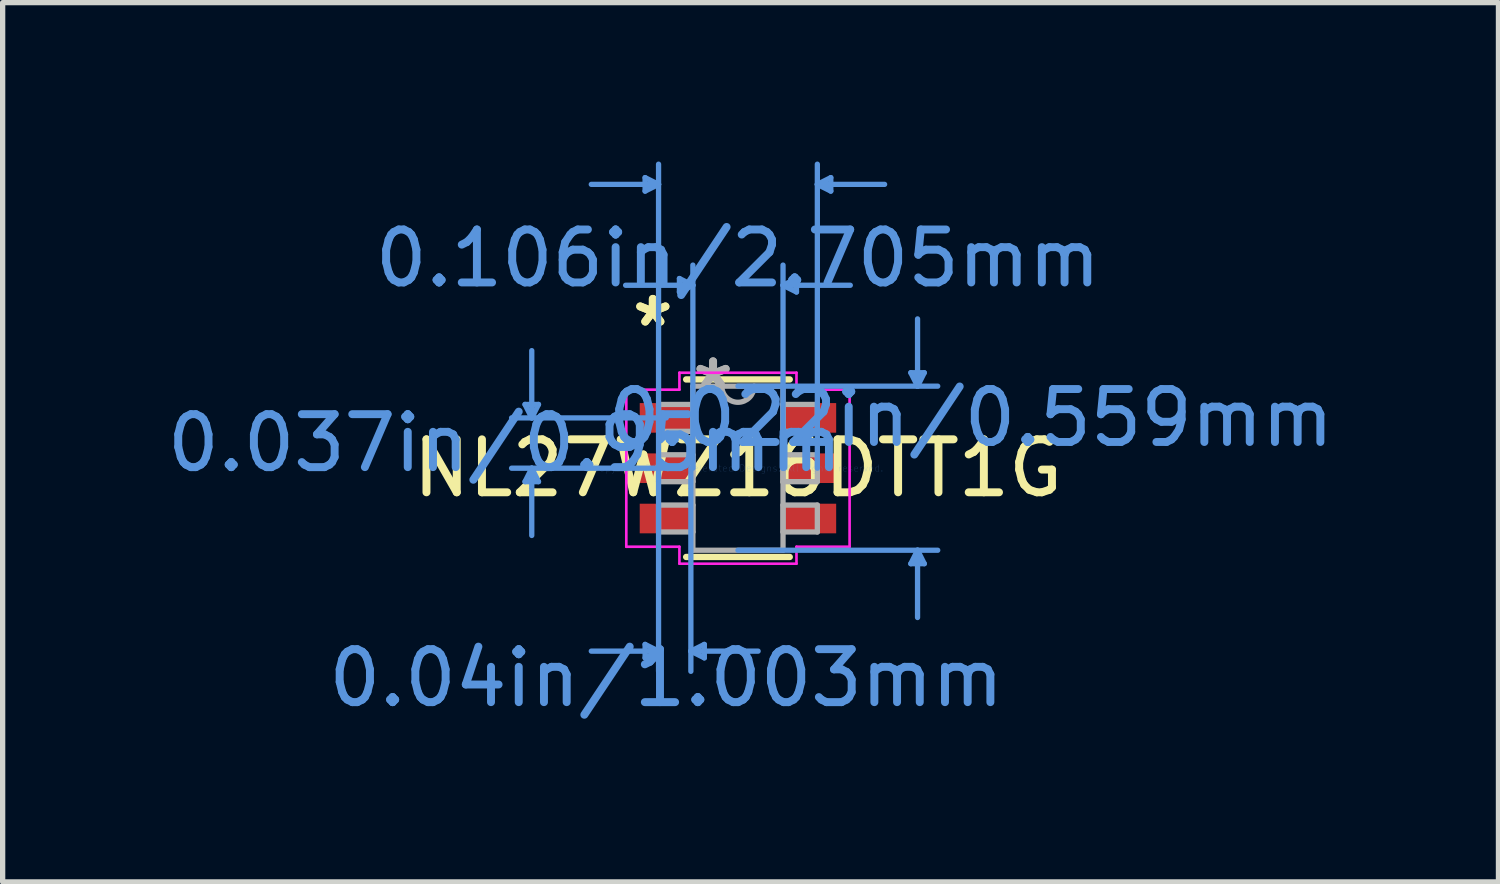
<source format=kicad_pcb>
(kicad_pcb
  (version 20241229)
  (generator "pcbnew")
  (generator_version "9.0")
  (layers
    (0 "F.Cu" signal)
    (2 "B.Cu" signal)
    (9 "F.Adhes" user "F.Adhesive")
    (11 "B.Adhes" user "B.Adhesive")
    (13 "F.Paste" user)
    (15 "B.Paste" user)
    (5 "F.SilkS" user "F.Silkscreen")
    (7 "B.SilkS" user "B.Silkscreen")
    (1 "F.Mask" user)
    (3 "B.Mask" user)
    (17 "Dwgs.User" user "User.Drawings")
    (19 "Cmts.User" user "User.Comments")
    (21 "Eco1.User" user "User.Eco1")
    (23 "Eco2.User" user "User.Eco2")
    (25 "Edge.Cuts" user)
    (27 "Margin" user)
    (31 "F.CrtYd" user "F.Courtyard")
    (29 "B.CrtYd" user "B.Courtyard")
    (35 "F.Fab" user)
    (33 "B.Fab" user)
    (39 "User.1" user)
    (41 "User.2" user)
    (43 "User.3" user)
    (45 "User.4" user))
  (footprint "NL27WZ16DTT1G"
    (layer "F.Cu")
    (at 10.883 5.79)
    (property "Reference" "NL27WZ16DTT1G" (at 0 0 0) (layer "F.SilkS") (effects (font (size 1 1) (thickness 0.15))))
    (attr through_hole)
    (fp_line (start -0.978 1.676) (end 0.978 1.676) (stroke (width 0.12) (type solid)) (layer "F.SilkS"))
    (fp_line (start 0.978 -1.676) (end -0.978 -1.676) (stroke (width 0.12) (type solid)) (layer "F.SilkS"))
    (fp_line (start -4.02 -1.204) (end -3.766 -1.204) (stroke (width 0.1) (type solid)) (layer "Cmts.User"))
    (fp_line (start -4.02 0.254) (end -3.766 0.254) (stroke (width 0.1) (type solid)) (layer "Cmts.User"))
    (fp_line (start -3.893 -0.95) (end -4.02 -1.204) (stroke (width 0.1) (type solid)) (layer "Cmts.User"))
    (fp_line (start -3.893 -0.95) (end -3.893 -2.22) (stroke (width 0.1) (type solid)) (layer "Cmts.User"))
    (fp_line (start -3.893 -0.95) (end -3.766 -1.204) (stroke (width 0.1) (type solid)) (layer "Cmts.User"))
    (fp_line (start -3.893 0) (end -4.02 0.254) (stroke (width 0.1) (type solid)) (layer "Cmts.User"))
    (fp_line (start -3.893 0) (end -3.893 1.27) (stroke (width 0.1) (type solid)) (layer "Cmts.User"))
    (fp_line (start -3.893 0) (end -3.766 0.254) (stroke (width 0.1) (type solid)) (layer "Cmts.User"))
    (fp_line (start -1.753 -5.486) (end -1.753 -5.232) (stroke (width 0.1) (type solid)) (layer "Cmts.User"))
    (fp_line (start -1.753 3.327) (end -1.753 3.581) (stroke (width 0.1) (type solid)) (layer "Cmts.User"))
    (fp_line (start -1.499 -5.359) (end -2.769 -5.359) (stroke (width 0.1) (type solid)) (layer "Cmts.User"))
    (fp_line (start -1.499 -5.359) (end -1.753 -5.486) (stroke (width 0.1) (type solid)) (layer "Cmts.User"))
    (fp_line (start -1.499 -5.359) (end -1.753 -5.232) (stroke (width 0.1) (type solid)) (layer "Cmts.User"))
    (fp_line (start -1.499 0) (end -1.499 -5.74) (stroke (width 0.1) (type solid)) (layer "Cmts.User"))
    (fp_line (start -1.499 0) (end -1.499 3.835) (stroke (width 0.1) (type solid)) (layer "Cmts.User"))
    (fp_line (start -1.499 3.454) (end -2.769 3.454) (stroke (width 0.1) (type solid)) (layer "Cmts.User"))
    (fp_line (start -1.499 3.454) (end -1.753 3.327) (stroke (width 0.1) (type solid)) (layer "Cmts.User"))
    (fp_line (start -1.499 3.454) (end -1.753 3.581) (stroke (width 0.1) (type solid)) (layer "Cmts.User"))
    (fp_line (start -1.353 -0.95) (end -4.274 -0.95) (stroke (width 0.1) (type solid)) (layer "Cmts.User"))
    (fp_line (start -1.353 0) (end -4.274 0) (stroke (width 0.1) (type solid)) (layer "Cmts.User"))
    (fp_line (start -1.105 -3.581) (end -1.105 -3.327) (stroke (width 0.1) (type solid)) (layer "Cmts.User"))
    (fp_line (start -0.889 0) (end -0.889 3.835) (stroke (width 0.1) (type solid)) (layer "Cmts.User"))
    (fp_line (start -0.889 3.454) (end -0.635 3.327) (stroke (width 0.1) (type solid)) (layer "Cmts.User"))
    (fp_line (start -0.889 3.454) (end -0.635 3.581) (stroke (width 0.1) (type solid)) (layer "Cmts.User"))
    (fp_line (start -0.889 3.454) (end 0.381 3.454) (stroke (width 0.1) (type solid)) (layer "Cmts.User"))
    (fp_line (start -0.851 -3.454) (end -2.121 -3.454) (stroke (width 0.1) (type solid)) (layer "Cmts.User"))
    (fp_line (start -0.851 -3.454) (end -1.105 -3.581) (stroke (width 0.1) (type solid)) (layer "Cmts.User"))
    (fp_line (start -0.851 -3.454) (end -1.105 -3.327) (stroke (width 0.1) (type solid)) (layer "Cmts.User"))
    (fp_line (start -0.851 0) (end -0.851 -3.835) (stroke (width 0.1) (type solid)) (layer "Cmts.User"))
    (fp_line (start -0.635 3.327) (end -0.635 3.581) (stroke (width 0.1) (type solid)) (layer "Cmts.User"))
    (fp_line (start 0 -1.549) (end 3.772 -1.549) (stroke (width 0.1) (type solid)) (layer "Cmts.User"))
    (fp_line (start 0 1.549) (end 3.772 1.549) (stroke (width 0.1) (type solid)) (layer "Cmts.User"))
    (fp_line (start 0.851 -3.454) (end 1.105 -3.581) (stroke (width 0.1) (type solid)) (layer "Cmts.User"))
    (fp_line (start 0.851 -3.454) (end 1.105 -3.327) (stroke (width 0.1) (type solid)) (layer "Cmts.User"))
    (fp_line (start 0.851 -3.454) (end 2.121 -3.454) (stroke (width 0.1) (type solid)) (layer "Cmts.User"))
    (fp_line (start 0.851 0) (end 0.851 -3.835) (stroke (width 0.1) (type solid)) (layer "Cmts.User"))
    (fp_line (start 1.105 -3.581) (end 1.105 -3.327) (stroke (width 0.1) (type solid)) (layer "Cmts.User"))
    (fp_line (start 1.499 -5.359) (end 1.753 -5.486) (stroke (width 0.1) (type solid)) (layer "Cmts.User"))
    (fp_line (start 1.499 -5.359) (end 1.753 -5.232) (stroke (width 0.1) (type solid)) (layer "Cmts.User"))
    (fp_line (start 1.499 -5.359) (end 2.769 -5.359) (stroke (width 0.1) (type solid)) (layer "Cmts.User"))
    (fp_line (start 1.499 0) (end 1.499 -5.74) (stroke (width 0.1) (type solid)) (layer "Cmts.User"))
    (fp_line (start 1.753 -5.486) (end 1.753 -5.232) (stroke (width 0.1) (type solid)) (layer "Cmts.User"))
    (fp_line (start 3.264 -1.803) (end 3.518 -1.803) (stroke (width 0.1) (type solid)) (layer "Cmts.User"))
    (fp_line (start 3.264 1.803) (end 3.518 1.803) (stroke (width 0.1) (type solid)) (layer "Cmts.User"))
    (fp_line (start 3.391 -1.549) (end 3.264 -1.803) (stroke (width 0.1) (type solid)) (layer "Cmts.User"))
    (fp_line (start 3.391 -1.549) (end 3.391 -2.819) (stroke (width 0.1) (type solid)) (layer "Cmts.User"))
    (fp_line (start 3.391 -1.549) (end 3.518 -1.803) (stroke (width 0.1) (type solid)) (layer "Cmts.User"))
    (fp_line (start 3.391 1.549) (end 3.264 1.803) (stroke (width 0.1) (type solid)) (layer "Cmts.User"))
    (fp_line (start 3.391 1.549) (end 3.391 2.819) (stroke (width 0.1) (type solid)) (layer "Cmts.User"))
    (fp_line (start 3.391 1.549) (end 3.518 1.803) (stroke (width 0.1) (type solid)) (layer "Cmts.User"))
    (fp_line (start -2.108 -1.483) (end -1.105 -1.483) (stroke (width 0.05) (type solid)) (layer "F.CrtYd"))
    (fp_line (start -2.108 1.483) (end -2.108 -1.483) (stroke (width 0.05) (type solid)) (layer "F.CrtYd"))
    (fp_line (start -1.105 -1.803) (end 1.105 -1.803) (stroke (width 0.05) (type solid)) (layer "F.CrtYd"))
    (fp_line (start -1.105 -1.483) (end -1.105 -1.803) (stroke (width 0.05) (type solid)) (layer "F.CrtYd"))
    (fp_line (start -1.105 1.483) (end -2.108 1.483) (stroke (width 0.05) (type solid)) (layer "F.CrtYd"))
    (fp_line (start -1.105 1.803) (end -1.105 1.483) (stroke (width 0.05) (type solid)) (layer "F.CrtYd"))
    (fp_line (start 1.105 -1.803) (end 1.105 -1.483) (stroke (width 0.05) (type solid)) (layer "F.CrtYd"))
    (fp_line (start 1.105 -1.483) (end 2.108 -1.483) (stroke (width 0.05) (type solid)) (layer "F.CrtYd"))
    (fp_line (start 1.105 1.483) (end 1.105 1.803) (stroke (width 0.05) (type solid)) (layer "F.CrtYd"))
    (fp_line (start 1.105 1.803) (end -1.105 1.803) (stroke (width 0.05) (type solid)) (layer "F.CrtYd"))
    (fp_line (start 2.108 -1.483) (end 2.108 1.483) (stroke (width 0.05) (type solid)) (layer "F.CrtYd"))
    (fp_line (start 2.108 1.483) (end 1.105 1.483) (stroke (width 0.05) (type solid)) (layer "F.CrtYd"))
    (fp_line (start -1.499 -1.204) (end -1.499 -0.696) (stroke (width 0.1) (type solid)) (layer "F.Fab"))
    (fp_line (start -1.499 -0.696) (end -0.851 -0.696) (stroke (width 0.1) (type solid)) (layer "F.Fab"))
    (fp_line (start -1.499 -0.254) (end -1.499 0.254) (stroke (width 0.1) (type solid)) (layer "F.Fab"))
    (fp_line (start -1.499 0.254) (end -0.851 0.254) (stroke (width 0.1) (type solid)) (layer "F.Fab"))
    (fp_line (start -1.499 0.696) (end -1.499 1.204) (stroke (width 0.1) (type solid)) (layer "F.Fab"))
    (fp_line (start -1.499 1.204) (end -0.851 1.204) (stroke (width 0.1) (type solid)) (layer "F.Fab"))
    (fp_line (start -0.851 -1.549) (end -0.851 1.549) (stroke (width 0.1) (type solid)) (layer "F.Fab"))
    (fp_line (start -0.851 -1.204) (end -1.499 -1.204) (stroke (width 0.1) (type solid)) (layer "F.Fab"))
    (fp_line (start -0.851 -0.696) (end -0.851 -1.204) (stroke (width 0.1) (type solid)) (layer "F.Fab"))
    (fp_line (start -0.851 -0.254) (end -1.499 -0.254) (stroke (width 0.1) (type solid)) (layer "F.Fab"))
    (fp_line (start -0.851 0.254) (end -0.851 -0.254) (stroke (width 0.1) (type solid)) (layer "F.Fab"))
    (fp_line (start -0.851 0.696) (end -1.499 0.696) (stroke (width 0.1) (type solid)) (layer "F.Fab"))
    (fp_line (start -0.851 1.204) (end -0.851 0.696) (stroke (width 0.1) (type solid)) (layer "F.Fab"))
    (fp_line (start -0.851 1.549) (end 0.851 1.549) (stroke (width 0.1) (type solid)) (layer "F.Fab"))
    (fp_line (start 0.851 -1.549) (end -0.851 -1.549) (stroke (width 0.1) (type solid)) (layer "F.Fab"))
    (fp_line (start 0.851 -1.204) (end 0.851 -0.696) (stroke (width 0.1) (type solid)) (layer "F.Fab"))
    (fp_line (start 0.851 -0.696) (end 1.499 -0.696) (stroke (width 0.1) (type solid)) (layer "F.Fab"))
    (fp_line (start 0.851 -0.254) (end 0.851 0.254) (stroke (width 0.1) (type solid)) (layer "F.Fab"))
    (fp_line (start 0.851 0.254) (end 1.499 0.254) (stroke (width 0.1) (type solid)) (layer "F.Fab"))
    (fp_line (start 0.851 0.696) (end 0.851 1.204) (stroke (width 0.1) (type solid)) (layer "F.Fab"))
    (fp_line (start 0.851 1.204) (end 1.499 1.204) (stroke (width 0.1) (type solid)) (layer "F.Fab"))
    (fp_line (start 0.851 1.549) (end 0.851 -1.549) (stroke (width 0.1) (type solid)) (layer "F.Fab"))
    (fp_line (start 1.499 -1.204) (end 0.851 -1.204) (stroke (width 0.1) (type solid)) (layer "F.Fab"))
    (fp_line (start 1.499 -0.696) (end 1.499 -1.204) (stroke (width 0.1) (type solid)) (layer "F.Fab"))
    (fp_line (start 1.499 -0.254) (end 0.851 -0.254) (stroke (width 0.1) (type solid)) (layer "F.Fab"))
    (fp_line (start 1.499 0.254) (end 1.499 -0.254) (stroke (width 0.1) (type solid)) (layer "F.Fab"))
    (fp_line (start 1.499 0.696) (end 0.851 0.696) (stroke (width 0.1) (type solid)) (layer "F.Fab"))
    (fp_line (start 1.499 1.204) (end 1.499 0.696) (stroke (width 0.1) (type solid)) (layer "F.Fab"))
    (fp_arc (start 0.3048 -1.5494) (mid 0 -1.2446) (end -0.3048 -1.5494) (stroke (width 0.1) (type solid)) (layer "F.Fab"))
    (fp_text user "*" (at -1.607 -2.652 0) (layer "F.SilkS") (effects (font (size 1 1) (thickness 0.15))))
    (fp_text user "*" (at -1.607 -2.652 0) (layer "F.SilkS") (effects (font (size 1 1) (thickness 0.15))))
    (fp_text user "0.022in/0.559mm" (at 4.401 -0.95 0) (layer "Cmts.User") (effects (font (size 1 1) (thickness 0.15))))
    (fp_text user "Copyright 2021 Accelerated Designs. All rights reserved." (at 0 0 0) (layer "Cmts.User") (effects (font (size 0.127 0.127) (thickness 0.002))))
    (fp_text user "0.04in/1.003mm" (at -1.353 3.962 0) (layer "Cmts.User") (effects (font (size 1 1) (thickness 0.15))))
    (fp_text user "0.106in/2.705mm" (at 0 -3.962 0) (layer "Cmts.User") (effects (font (size 1 1) (thickness 0.15))))
    (fp_text user "0.037in/0.95mm" (at -4.401 -0.475 0) (layer "Cmts.User") (effects (font (size 1 1) (thickness 0.15))))
    (fp_text user "*" (at -0.47 -1.473 0) (layer "F.Fab") (effects (font (size 1 1) (thickness 0.15))))
    (fp_text user "*" (at -0.47 -1.473 0) (layer "F.Fab") (effects (font (size 1 1) (thickness 0.15))))
    (pad "1" smd rect (at -1.353 -0.95) (size 1.003 0.559) (layers "F.Cu" "F.Mask" "F.Paste"))
    (pad "2" smd rect (at -1.353 0) (size 1.003 0.559) (layers "F.Cu" "F.Mask" "F.Paste"))
    (pad "3" smd rect (at -1.353 0.95) (size 1.003 0.559) (layers "F.Cu" "F.Mask" "F.Paste"))
    (pad "4" smd rect (at 1.353 0.95) (size 1.003 0.559) (layers "F.Cu" "F.Mask" "F.Paste"))
    (pad "5" smd rect (at 1.353 0) (size 1.003 0.559) (layers "F.Cu" "F.Mask" "F.Paste"))
    (pad "6" smd rect (at 1.353 -0.95) (size 1.003 0.559) (layers "F.Cu" "F.Mask" "F.Paste")))
  (gr_rect
    (start -3 -3)
    (end 25.242 13.601)
    (stroke (width 0.1) (type default))
    (fill no)
    (layer "Edge.Cuts")))
</source>
